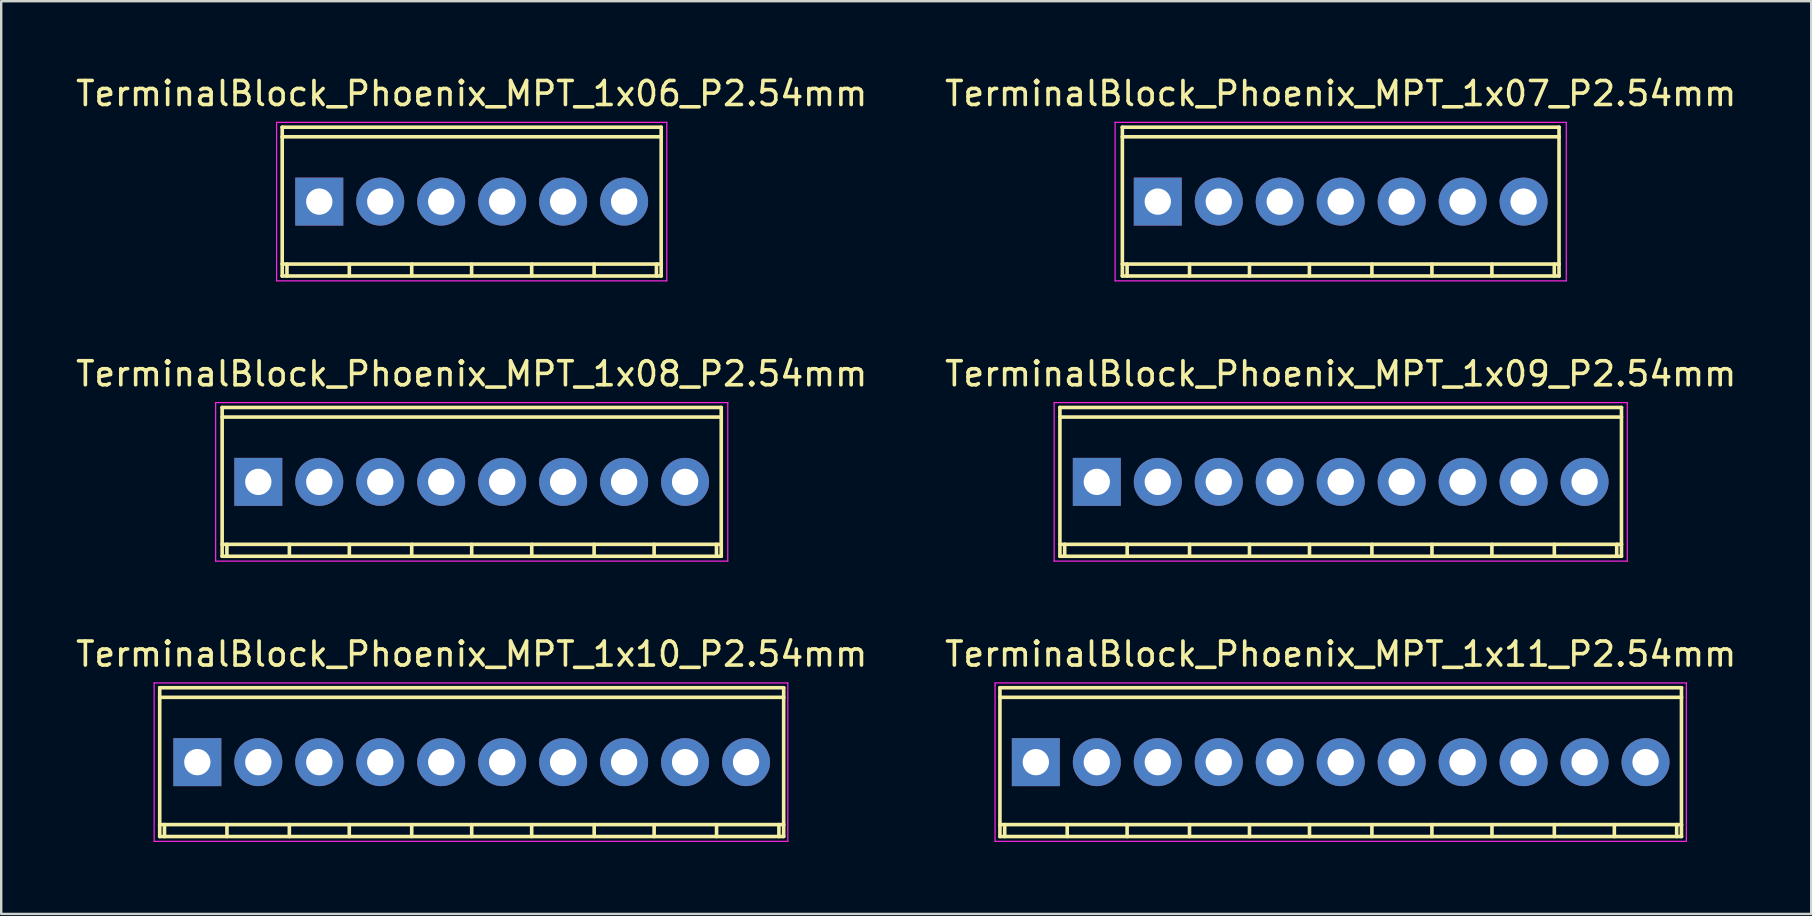
<source format=kicad_pcb>
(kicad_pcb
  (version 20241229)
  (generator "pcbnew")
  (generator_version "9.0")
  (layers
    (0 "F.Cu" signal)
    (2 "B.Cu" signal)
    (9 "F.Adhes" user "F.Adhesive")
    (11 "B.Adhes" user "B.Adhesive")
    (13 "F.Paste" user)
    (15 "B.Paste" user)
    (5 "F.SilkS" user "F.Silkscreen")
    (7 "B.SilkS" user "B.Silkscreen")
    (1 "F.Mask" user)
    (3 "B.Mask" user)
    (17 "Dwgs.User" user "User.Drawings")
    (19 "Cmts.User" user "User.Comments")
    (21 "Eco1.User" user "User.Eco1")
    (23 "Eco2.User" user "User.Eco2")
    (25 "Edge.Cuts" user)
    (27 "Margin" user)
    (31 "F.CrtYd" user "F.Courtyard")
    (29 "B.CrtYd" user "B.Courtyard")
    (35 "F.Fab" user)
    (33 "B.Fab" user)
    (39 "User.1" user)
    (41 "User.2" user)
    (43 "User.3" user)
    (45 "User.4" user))
  (footprint "TerminalBlock_Phoenix_MPT_1x06_P2.54mm"
    (layer "F.Cu")
    (at 10.251 5.349)
    (property "Reference" "TerminalBlock_Phoenix_MPT_1x06_P2.54mm" (at 6.35 -4.501 0) (layer "F.SilkS") (effects (font (size 1 1) (thickness 0.15))))
    (attr through_hole)
    (fp_line (start -1.549 3.099) (end 14.249 3.099) (stroke (width 0.15) (type solid)) (layer "F.SilkS"))
    (fp_line (start -1.544 -3.099) (end -1.544 3.099) (stroke (width 0.15) (type solid)) (layer "F.SilkS"))
    (fp_line (start -1.346 3.099) (end -1.346 2.601) (stroke (width 0.15) (type solid)) (layer "F.SilkS"))
    (fp_line (start 1.252 3.099) (end 1.252 2.601) (stroke (width 0.15) (type solid)) (layer "F.SilkS"))
    (fp_line (start 3.851 2.601) (end 3.851 3.099) (stroke (width 0.15) (type solid)) (layer "F.SilkS"))
    (fp_line (start 6.347 2.601) (end 6.347 3.099) (stroke (width 0.15) (type solid)) (layer "F.SilkS"))
    (fp_line (start 8.849 2.601) (end 8.849 3.099) (stroke (width 0.15) (type solid)) (layer "F.SilkS"))
    (fp_line (start 11.45 2.601) (end 11.45 3.099) (stroke (width 0.15) (type solid)) (layer "F.SilkS"))
    (fp_line (start 14.046 2.601) (end 14.046 3.099) (stroke (width 0.15) (type solid)) (layer "F.SilkS"))
    (fp_line (start 14.244 3.099) (end 14.244 -3.099) (stroke (width 0.15) (type solid)) (layer "F.SilkS"))
    (fp_line (start 14.249 -3.099) (end -1.549 -3.099) (stroke (width 0.15) (type solid)) (layer "F.SilkS"))
    (fp_line (start 14.249 -2.7) (end -1.549 -2.7) (stroke (width 0.15) (type solid)) (layer "F.SilkS"))
    (fp_line (start 14.249 2.601) (end -1.549 2.601) (stroke (width 0.15) (type solid)) (layer "F.SilkS"))
    (fp_line (start -1.778 -3.302) (end 14.478 -3.302) (stroke (width 0.05) (type solid)) (layer "F.CrtYd"))
    (fp_line (start -1.778 3.302) (end -1.778 -3.302) (stroke (width 0.05) (type solid)) (layer "F.CrtYd"))
    (fp_line (start 14.478 -3.302) (end 14.478 3.302) (stroke (width 0.05) (type solid)) (layer "F.CrtYd"))
    (fp_line (start 14.478 3.302) (end -1.778 3.302) (stroke (width 0.05) (type solid)) (layer "F.CrtYd"))
    (pad "1" thru_hole rect (at 0 0 180) (size 1.999 1.999) (drill 1.097) (layers "*.Cu" "*.Mask"))
    (pad "2" thru_hole oval (at 2.54 0 180) (size 1.999 1.999) (drill 1.097) (layers "*.Cu" "*.Mask"))
    (pad "3" thru_hole oval (at 5.08 0 180) (size 1.999 1.999) (drill 1.097) (layers "*.Cu" "*.Mask"))
    (pad "4" thru_hole oval (at 7.62 0 180) (size 1.999 1.999) (drill 1.097) (layers "*.Cu" "*.Mask"))
    (pad "5" thru_hole oval (at 10.16 0 180) (size 1.999 1.999) (drill 1.097) (layers "*.Cu" "*.Mask"))
    (pad "6" thru_hole oval (at 12.7 0 180) (size 1.999 1.999) (drill 1.097) (layers "*.Cu" "*.Mask")))
  (footprint "TerminalBlock_Phoenix_MPT_1x11_P2.54mm"
    (layer "F.Cu")
    (at 40.104 28.701)
    (property "Reference" "TerminalBlock_Phoenix_MPT_1x11_P2.54mm" (at 12.7 -4.501 0) (layer "F.SilkS") (effects (font (size 1 1) (thickness 0.15))))
    (attr through_hole)
    (fp_line (start -1.501 -3.099) (end 26.901 -3.099) (stroke (width 0.15) (type solid)) (layer "F.SilkS"))
    (fp_line (start -1.501 3.099) (end 26.901 3.099) (stroke (width 0.15) (type solid)) (layer "F.SilkS"))
    (fp_line (start -1.496 -3.099) (end -1.496 3.099) (stroke (width 0.15) (type solid)) (layer "F.SilkS"))
    (fp_line (start -1.298 3.099) (end -1.298 2.601) (stroke (width 0.15) (type solid)) (layer "F.SilkS"))
    (fp_line (start 1.306 3.099) (end 1.306 2.601) (stroke (width 0.15) (type solid)) (layer "F.SilkS"))
    (fp_line (start 3.802 2.601) (end 3.802 3.099) (stroke (width 0.15) (type solid)) (layer "F.SilkS"))
    (fp_line (start 6.401 2.601) (end 6.401 3.099) (stroke (width 0.15) (type solid)) (layer "F.SilkS"))
    (fp_line (start 8.9 2.601) (end 8.9 3.099) (stroke (width 0.15) (type solid)) (layer "F.SilkS"))
    (fp_line (start 11.4 2.601) (end 11.4 3.099) (stroke (width 0.15) (type solid)) (layer "F.SilkS"))
    (fp_line (start 14 2.601) (end 14 3.099) (stroke (width 0.15) (type solid)) (layer "F.SilkS"))
    (fp_line (start 16.5 2.601) (end 16.5 3.099) (stroke (width 0.15) (type solid)) (layer "F.SilkS"))
    (fp_line (start 19.002 2.601) (end 19.002 3.099) (stroke (width 0.15) (type solid)) (layer "F.SilkS"))
    (fp_line (start 21.6 2.601) (end 21.6 3.099) (stroke (width 0.15) (type solid)) (layer "F.SilkS"))
    (fp_line (start 24.1 2.601) (end 24.1 3.099) (stroke (width 0.15) (type solid)) (layer "F.SilkS"))
    (fp_line (start 26.698 2.601) (end 26.698 3.099) (stroke (width 0.15) (type solid)) (layer "F.SilkS"))
    (fp_line (start 26.896 3.099) (end 26.896 -3.099) (stroke (width 0.15) (type solid)) (layer "F.SilkS"))
    (fp_line (start 26.901 -2.7) (end -1.501 -2.7) (stroke (width 0.15) (type solid)) (layer "F.SilkS"))
    (fp_line (start 26.901 2.601) (end -1.501 2.601) (stroke (width 0.15) (type solid)) (layer "F.SilkS"))
    (fp_line (start -1.7 -3.3) (end 27.1 -3.3) (stroke (width 0.05) (type solid)) (layer "F.CrtYd"))
    (fp_line (start -1.7 -3.2) (end -1.7 -3.3) (stroke (width 0.05) (type solid)) (layer "F.CrtYd"))
    (fp_line (start -1.7 3.3) (end -1.7 -3.2) (stroke (width 0.05) (type solid)) (layer "F.CrtYd"))
    (fp_line (start 27.1 -3.3) (end 27.1 3.3) (stroke (width 0.05) (type solid)) (layer "F.CrtYd"))
    (fp_line (start 27.1 3.3) (end -1.7 3.3) (stroke (width 0.05) (type solid)) (layer "F.CrtYd"))
    (pad "1" thru_hole rect (at 0 0 180) (size 1.999 1.999) (drill 1.097) (layers "*.Cu" "*.Mask"))
    (pad "2" thru_hole oval (at 2.54 0 180) (size 1.999 1.999) (drill 1.097) (layers "*.Cu" "*.Mask"))
    (pad "3" thru_hole oval (at 5.08 0 180) (size 1.999 1.999) (drill 1.097) (layers "*.Cu" "*.Mask"))
    (pad "4" thru_hole oval (at 7.62 0 180) (size 1.999 1.999) (drill 1.097) (layers "*.Cu" "*.Mask"))
    (pad "5" thru_hole oval (at 10.16 0 180) (size 1.999 1.999) (drill 1.097) (layers "*.Cu" "*.Mask"))
    (pad "6" thru_hole oval (at 12.7 0 180) (size 1.999 1.999) (drill 1.097) (layers "*.Cu" "*.Mask"))
    (pad "7" thru_hole oval (at 15.24 0 180) (size 1.999 1.999) (drill 1.097) (layers "*.Cu" "*.Mask"))
    (pad "8" thru_hole oval (at 17.78 0 180) (size 1.999 1.999) (drill 1.097) (layers "*.Cu" "*.Mask"))
    (pad "9" thru_hole oval (at 20.32 0 180) (size 1.999 1.999) (drill 1.097) (layers "*.Cu" "*.Mask"))
    (pad "10" thru_hole oval (at 22.86 0 180) (size 1.999 1.999) (drill 1.097) (layers "*.Cu" "*.Mask"))
    (pad "11" thru_hole oval (at 25.4 0 180) (size 1.999 1.999) (drill 1.097) (layers "*.Cu" "*.Mask")))
  (footprint "TerminalBlock_Phoenix_MPT_1x10_P2.54mm"
    (layer "F.Cu")
    (at 5.171 28.701)
    (property "Reference" "TerminalBlock_Phoenix_MPT_1x10_P2.54mm" (at 11.43 -4.501 0) (layer "F.SilkS") (effects (font (size 1 1) (thickness 0.15))))
    (attr through_hole)
    (fp_line (start -1.57 -3.099) (end 24.43 -3.099) (stroke (width 0.15) (type solid)) (layer "F.SilkS"))
    (fp_line (start -1.57 3.099) (end 24.43 3.099) (stroke (width 0.15) (type solid)) (layer "F.SilkS"))
    (fp_line (start -1.567 -3.099) (end -1.567 3.099) (stroke (width 0.15) (type solid)) (layer "F.SilkS"))
    (fp_line (start -1.369 3.099) (end -1.369 2.601) (stroke (width 0.15) (type solid)) (layer "F.SilkS"))
    (fp_line (start 1.234 3.099) (end 1.234 2.601) (stroke (width 0.15) (type solid)) (layer "F.SilkS"))
    (fp_line (start 3.833 2.601) (end 3.833 3.099) (stroke (width 0.15) (type solid)) (layer "F.SilkS"))
    (fp_line (start 6.33 2.601) (end 6.33 3.099) (stroke (width 0.15) (type solid)) (layer "F.SilkS"))
    (fp_line (start 8.931 2.601) (end 8.931 3.099) (stroke (width 0.15) (type solid)) (layer "F.SilkS"))
    (fp_line (start 11.43 2.601) (end 11.43 3.099) (stroke (width 0.15) (type solid)) (layer "F.SilkS"))
    (fp_line (start 13.929 2.601) (end 13.929 3.099) (stroke (width 0.15) (type solid)) (layer "F.SilkS"))
    (fp_line (start 16.533 2.601) (end 16.533 3.099) (stroke (width 0.15) (type solid)) (layer "F.SilkS"))
    (fp_line (start 19.03 2.601) (end 19.03 3.099) (stroke (width 0.15) (type solid)) (layer "F.SilkS"))
    (fp_line (start 21.631 2.601) (end 21.631 3.099) (stroke (width 0.15) (type solid)) (layer "F.SilkS"))
    (fp_line (start 24.229 2.601) (end 24.229 3.099) (stroke (width 0.15) (type solid)) (layer "F.SilkS"))
    (fp_line (start 24.427 3.099) (end 24.427 -3.099) (stroke (width 0.15) (type solid)) (layer "F.SilkS"))
    (fp_line (start 24.43 -2.7) (end -1.57 -2.7) (stroke (width 0.15) (type solid)) (layer "F.SilkS"))
    (fp_line (start 24.43 2.601) (end -1.57 2.601) (stroke (width 0.15) (type solid)) (layer "F.SilkS"))
    (fp_line (start -1.8 -3.3) (end 24.6 -3.3) (stroke (width 0.05) (type solid)) (layer "F.CrtYd"))
    (fp_line (start -1.8 3.3) (end -1.8 -3.3) (stroke (width 0.05) (type solid)) (layer "F.CrtYd"))
    (fp_line (start 24.6 -3.3) (end 24.6 3.3) (stroke (width 0.05) (type solid)) (layer "F.CrtYd"))
    (fp_line (start 24.6 3.3) (end -1.8 3.3) (stroke (width 0.05) (type solid)) (layer "F.CrtYd"))
    (pad "1" thru_hole rect (at 0 0 180) (size 1.999 1.999) (drill 1.097) (layers "*.Cu" "*.Mask"))
    (pad "2" thru_hole oval (at 2.54 0 180) (size 1.999 1.999) (drill 1.097) (layers "*.Cu" "*.Mask"))
    (pad "3" thru_hole oval (at 5.08 0 180) (size 1.999 1.999) (drill 1.097) (layers "*.Cu" "*.Mask"))
    (pad "4" thru_hole oval (at 7.62 0 180) (size 1.999 1.999) (drill 1.097) (layers "*.Cu" "*.Mask"))
    (pad "5" thru_hole oval (at 10.16 0 180) (size 1.999 1.999) (drill 1.097) (layers "*.Cu" "*.Mask"))
    (pad "6" thru_hole oval (at 12.7 0 180) (size 1.999 1.999) (drill 1.097) (layers "*.Cu" "*.Mask"))
    (pad "7" thru_hole oval (at 15.24 0 180) (size 1.999 1.999) (drill 1.097) (layers "*.Cu" "*.Mask"))
    (pad "8" thru_hole oval (at 17.78 0 180) (size 1.999 1.999) (drill 1.097) (layers "*.Cu" "*.Mask"))
    (pad "9" thru_hole oval (at 20.32 0 180) (size 1.999 1.999) (drill 1.097) (layers "*.Cu" "*.Mask"))
    (pad "10" thru_hole oval (at 22.86 0 180) (size 1.999 1.999) (drill 1.097) (layers "*.Cu" "*.Mask")))
  (footprint "TerminalBlock_Phoenix_MPT_1x07_P2.54mm"
    (layer "F.Cu")
    (at 45.184 5.349)
    (property "Reference" "TerminalBlock_Phoenix_MPT_1x07_P2.54mm" (at 7.62 -4.501 0) (layer "F.SilkS") (effects (font (size 1 1) (thickness 0.15))))
    (attr through_hole)
    (fp_line (start -1.481 3.099) (end 16.721 3.099) (stroke (width 0.15) (type solid)) (layer "F.SilkS"))
    (fp_line (start -1.476 -3.099) (end -1.476 3.099) (stroke (width 0.15) (type solid)) (layer "F.SilkS"))
    (fp_line (start -1.278 3.099) (end -1.278 2.601) (stroke (width 0.15) (type solid)) (layer "F.SilkS"))
    (fp_line (start 1.323 3.099) (end 1.323 2.601) (stroke (width 0.15) (type solid)) (layer "F.SilkS"))
    (fp_line (start 3.82 2.601) (end 3.82 3.099) (stroke (width 0.15) (type solid)) (layer "F.SilkS"))
    (fp_line (start 6.317 2.601) (end 6.317 3.099) (stroke (width 0.15) (type solid)) (layer "F.SilkS"))
    (fp_line (start 8.92 2.601) (end 8.92 3.099) (stroke (width 0.15) (type solid)) (layer "F.SilkS"))
    (fp_line (start 11.42 2.601) (end 11.42 3.099) (stroke (width 0.15) (type solid)) (layer "F.SilkS"))
    (fp_line (start 13.919 2.601) (end 13.919 3.099) (stroke (width 0.15) (type solid)) (layer "F.SilkS"))
    (fp_line (start 16.518 2.601) (end 16.518 3.099) (stroke (width 0.15) (type solid)) (layer "F.SilkS"))
    (fp_line (start 16.716 3.099) (end 16.716 -3.099) (stroke (width 0.15) (type solid)) (layer "F.SilkS"))
    (fp_line (start 16.721 -3.099) (end -1.481 -3.099) (stroke (width 0.15) (type solid)) (layer "F.SilkS"))
    (fp_line (start 16.721 -2.7) (end -1.481 -2.7) (stroke (width 0.15) (type solid)) (layer "F.SilkS"))
    (fp_line (start 16.721 2.601) (end -1.481 2.601) (stroke (width 0.15) (type solid)) (layer "F.SilkS"))
    (fp_line (start -1.778 -3.302) (end 17.018 -3.302) (stroke (width 0.05) (type solid)) (layer "F.CrtYd"))
    (fp_line (start -1.778 3.302) (end -1.778 -3.302) (stroke (width 0.05) (type solid)) (layer "F.CrtYd"))
    (fp_line (start 17.018 -3.302) (end 17.018 3.302) (stroke (width 0.05) (type solid)) (layer "F.CrtYd"))
    (fp_line (start 17.018 3.302) (end -1.778 3.302) (stroke (width 0.05) (type solid)) (layer "F.CrtYd"))
    (pad "1" thru_hole rect (at 0 0 180) (size 1.999 1.999) (drill 1.097) (layers "*.Cu" "*.Mask"))
    (pad "2" thru_hole oval (at 2.54 0 180) (size 1.999 1.999) (drill 1.097) (layers "*.Cu" "*.Mask"))
    (pad "3" thru_hole oval (at 5.08 0 180) (size 1.999 1.999) (drill 1.097) (layers "*.Cu" "*.Mask"))
    (pad "4" thru_hole oval (at 7.62 0 180) (size 1.999 1.999) (drill 1.097) (layers "*.Cu" "*.Mask"))
    (pad "5" thru_hole oval (at 10.16 0 180) (size 1.999 1.999) (drill 1.097) (layers "*.Cu" "*.Mask"))
    (pad "6" thru_hole oval (at 12.7 0 180) (size 1.999 1.999) (drill 1.097) (layers "*.Cu" "*.Mask"))
    (pad "7" thru_hole oval (at 15.24 0 180) (size 1.999 1.999) (drill 1.097) (layers "*.Cu" "*.Mask")))
  (footprint "TerminalBlock_Phoenix_MPT_1x09_P2.54mm"
    (layer "F.Cu")
    (at 42.644 17.025)
    (property "Reference" "TerminalBlock_Phoenix_MPT_1x09_P2.54mm" (at 10.16 -4.501 0) (layer "F.SilkS") (effects (font (size 1 1) (thickness 0.15))))
    (attr through_hole)
    (fp_line (start -1.539 -2.7) (end 21.859 -2.7) (stroke (width 0.15) (type solid)) (layer "F.SilkS"))
    (fp_line (start -1.539 3.099) (end 21.859 3.099) (stroke (width 0.15) (type solid)) (layer "F.SilkS"))
    (fp_line (start -1.537 -3.099) (end -1.537 3.099) (stroke (width 0.15) (type solid)) (layer "F.SilkS"))
    (fp_line (start -1.339 3.099) (end -1.339 2.601) (stroke (width 0.15) (type solid)) (layer "F.SilkS"))
    (fp_line (start 1.265 3.099) (end 1.265 2.601) (stroke (width 0.15) (type solid)) (layer "F.SilkS"))
    (fp_line (start 3.863 2.601) (end 3.863 3.099) (stroke (width 0.15) (type solid)) (layer "F.SilkS"))
    (fp_line (start 6.36 2.601) (end 6.36 3.099) (stroke (width 0.15) (type solid)) (layer "F.SilkS"))
    (fp_line (start 8.86 2.601) (end 8.86 3.099) (stroke (width 0.15) (type solid)) (layer "F.SilkS"))
    (fp_line (start 11.46 2.601) (end 11.46 3.099) (stroke (width 0.15) (type solid)) (layer "F.SilkS"))
    (fp_line (start 13.962 2.601) (end 13.962 3.099) (stroke (width 0.15) (type solid)) (layer "F.SilkS"))
    (fp_line (start 16.459 2.601) (end 16.459 3.099) (stroke (width 0.15) (type solid)) (layer "F.SilkS"))
    (fp_line (start 19.06 2.601) (end 19.06 3.099) (stroke (width 0.15) (type solid)) (layer "F.SilkS"))
    (fp_line (start 21.659 2.601) (end 21.659 3.099) (stroke (width 0.15) (type solid)) (layer "F.SilkS"))
    (fp_line (start 21.857 3.099) (end 21.857 -3.099) (stroke (width 0.15) (type solid)) (layer "F.SilkS"))
    (fp_line (start 21.859 -3.099) (end -1.539 -3.099) (stroke (width 0.15) (type solid)) (layer "F.SilkS"))
    (fp_line (start 21.859 2.601) (end -1.539 2.601) (stroke (width 0.15) (type solid)) (layer "F.SilkS"))
    (fp_line (start -1.778 -3.302) (end 22.098 -3.302) (stroke (width 0.05) (type solid)) (layer "F.CrtYd"))
    (fp_line (start -1.778 3.302) (end -1.778 -3.302) (stroke (width 0.05) (type solid)) (layer "F.CrtYd"))
    (fp_line (start 22.098 -3.302) (end 22.098 3.302) (stroke (width 0.05) (type solid)) (layer "F.CrtYd"))
    (fp_line (start 22.098 3.302) (end -1.778 3.302) (stroke (width 0.05) (type solid)) (layer "F.CrtYd"))
    (pad "1" thru_hole rect (at 0 0 180) (size 1.999 1.999) (drill 1.097) (layers "*.Cu" "*.Mask"))
    (pad "2" thru_hole oval (at 2.54 0 180) (size 1.999 1.999) (drill 1.097) (layers "*.Cu" "*.Mask"))
    (pad "3" thru_hole oval (at 5.08 0 180) (size 1.999 1.999) (drill 1.097) (layers "*.Cu" "*.Mask"))
    (pad "4" thru_hole oval (at 7.62 0 180) (size 1.999 1.999) (drill 1.097) (layers "*.Cu" "*.Mask"))
    (pad "5" thru_hole oval (at 10.16 0 180) (size 1.999 1.999) (drill 1.097) (layers "*.Cu" "*.Mask"))
    (pad "6" thru_hole oval (at 12.7 0 180) (size 1.999 1.999) (drill 1.097) (layers "*.Cu" "*.Mask"))
    (pad "7" thru_hole oval (at 15.24 0 180) (size 1.999 1.999) (drill 1.097) (layers "*.Cu" "*.Mask"))
    (pad "8" thru_hole oval (at 17.78 0 180) (size 1.999 1.999) (drill 1.097) (layers "*.Cu" "*.Mask"))
    (pad "9" thru_hole oval (at 20.32 0 180) (size 1.999 1.999) (drill 1.097) (layers "*.Cu" "*.Mask")))
  (footprint "TerminalBlock_Phoenix_MPT_1x08_P2.54mm"
    (layer "F.Cu")
    (at 7.711 17.025)
    (property "Reference" "TerminalBlock_Phoenix_MPT_1x08_P2.54mm" (at 8.89 -4.501 0) (layer "F.SilkS") (effects (font (size 1 1) (thickness 0.15))))
    (attr through_hole)
    (fp_line (start -1.509 -2.7) (end 19.289 -2.7) (stroke (width 0.15) (type solid)) (layer "F.SilkS"))
    (fp_line (start -1.509 2.601) (end 19.289 2.601) (stroke (width 0.15) (type solid)) (layer "F.SilkS"))
    (fp_line (start -1.506 -3.099) (end -1.506 3.099) (stroke (width 0.15) (type solid)) (layer "F.SilkS"))
    (fp_line (start -1.308 3.099) (end -1.308 2.601) (stroke (width 0.15) (type solid)) (layer "F.SilkS"))
    (fp_line (start 1.295 3.099) (end 1.295 2.601) (stroke (width 0.15) (type solid)) (layer "F.SilkS"))
    (fp_line (start 3.792 2.601) (end 3.792 3.099) (stroke (width 0.15) (type solid)) (layer "F.SilkS"))
    (fp_line (start 6.391 2.601) (end 6.391 3.099) (stroke (width 0.15) (type solid)) (layer "F.SilkS"))
    (fp_line (start 8.89 2.601) (end 8.89 3.099) (stroke (width 0.15) (type solid)) (layer "F.SilkS"))
    (fp_line (start 11.392 2.601) (end 11.392 3.099) (stroke (width 0.15) (type solid)) (layer "F.SilkS"))
    (fp_line (start 13.99 2.601) (end 13.99 3.099) (stroke (width 0.15) (type solid)) (layer "F.SilkS"))
    (fp_line (start 16.49 2.601) (end 16.49 3.099) (stroke (width 0.15) (type solid)) (layer "F.SilkS"))
    (fp_line (start 19.088 2.601) (end 19.088 3.099) (stroke (width 0.15) (type solid)) (layer "F.SilkS"))
    (fp_line (start 19.286 3.099) (end 19.286 -3.099) (stroke (width 0.15) (type solid)) (layer "F.SilkS"))
    (fp_line (start 19.289 -3.099) (end -1.509 -3.099) (stroke (width 0.15) (type solid)) (layer "F.SilkS"))
    (fp_line (start 19.289 3.099) (end -1.509 3.099) (stroke (width 0.15) (type solid)) (layer "F.SilkS"))
    (fp_line (start -1.778 -3.302) (end 19.558 -3.302) (stroke (width 0.05) (type solid)) (layer "F.CrtYd"))
    (fp_line (start -1.778 3.302) (end -1.778 -3.302) (stroke (width 0.05) (type solid)) (layer "F.CrtYd"))
    (fp_line (start 19.558 -3.302) (end 19.558 3.302) (stroke (width 0.05) (type solid)) (layer "F.CrtYd"))
    (fp_line (start 19.558 3.302) (end -1.778 3.302) (stroke (width 0.05) (type solid)) (layer "F.CrtYd"))
    (pad "1" thru_hole rect (at 0 0 180) (size 1.999 1.999) (drill 1.097) (layers "*.Cu" "*.Mask"))
    (pad "2" thru_hole oval (at 2.54 0 180) (size 1.999 1.999) (drill 1.097) (layers "*.Cu" "*.Mask"))
    (pad "3" thru_hole oval (at 5.08 0 180) (size 1.999 1.999) (drill 1.097) (layers "*.Cu" "*.Mask"))
    (pad "4" thru_hole oval (at 7.62 0 180) (size 1.999 1.999) (drill 1.097) (layers "*.Cu" "*.Mask"))
    (pad "5" thru_hole oval (at 10.16 0 180) (size 1.999 1.999) (drill 1.097) (layers "*.Cu" "*.Mask"))
    (pad "6" thru_hole oval (at 12.7 0 180) (size 1.999 1.999) (drill 1.097) (layers "*.Cu" "*.Mask"))
    (pad "7" thru_hole oval (at 15.24 0 180) (size 1.999 1.999) (drill 1.097) (layers "*.Cu" "*.Mask"))
    (pad "8" thru_hole oval (at 17.78 0 180) (size 1.999 1.999) (drill 1.097) (layers "*.Cu" "*.Mask")))
  (gr_rect
    (start -3 -3)
    (end 72.405 35.026)
    (stroke (width 0.1) (type default))
    (fill no)
    (layer "Edge.Cuts")))
</source>
